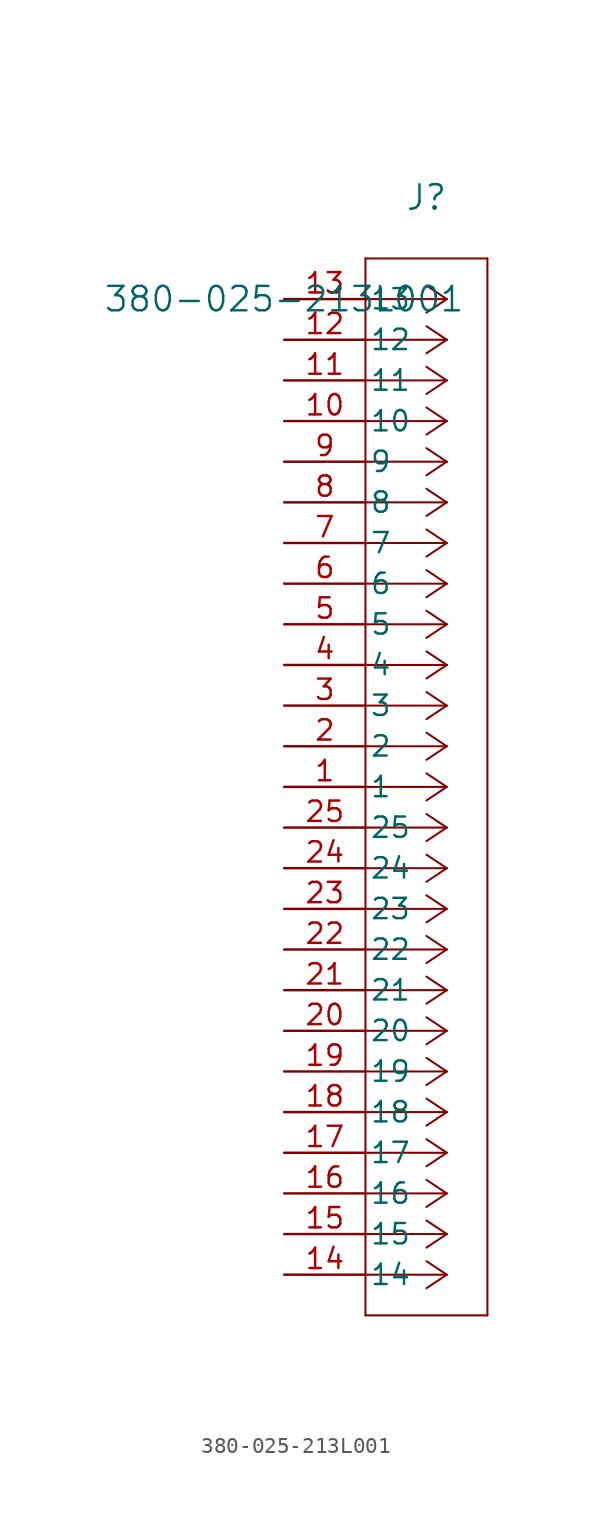
<source format=kicad_sym>
(kicad_symbol_lib
  (version 20211014)
  (generator kicad_symbol_editor)
  (symbol "380-025-213L001"
    (pin_names
      (offset 0.254))
    (property "Reference" "J"
      (at 8.89 6.35 0)
      (effects (font (size 1.524 1.524))))
    (property "Value" "380-025-213L001"
      (at 0 0 0)
      (effects (font (size 1.524 1.524))))
    (symbol "380-025-213L001_0_1"
      (polyline (pts (xy 10.16 0) (xy 5.08 0)) (stroke (width 0.127) (type default) (color 0 0 0 0)) (fill (type none)))
      (polyline (pts (xy 10.16 -2.54) (xy 5.08 -2.54)) (stroke (width 0.127) (type default) (color 0 0 0 0)) (fill (type none)))
      (polyline (pts (xy 10.16 -5.08) (xy 5.08 -5.08)) (stroke (width 0.127) (type default) (color 0 0 0 0)) (fill (type none)))
      (polyline (pts (xy 10.16 -7.62) (xy 5.08 -7.62)) (stroke (width 0.127) (type default) (color 0 0 0 0)) (fill (type none)))
      (polyline (pts (xy 10.16 -10.16) (xy 5.08 -10.16)) (stroke (width 0.127) (type default) (color 0 0 0 0)) (fill (type none)))
      (polyline (pts (xy 10.16 -12.7) (xy 5.08 -12.7)) (stroke (width 0.127) (type default) (color 0 0 0 0)) (fill (type none)))
      (polyline (pts (xy 10.16 -15.24) (xy 5.08 -15.24)) (stroke (width 0.127) (type default) (color 0 0 0 0)) (fill (type none)))
      (polyline (pts (xy 10.16 -17.78) (xy 5.08 -17.78)) (stroke (width 0.127) (type default) (color 0 0 0 0)) (fill (type none)))
      (polyline (pts (xy 10.16 -20.32) (xy 5.08 -20.32)) (stroke (width 0.127) (type default) (color 0 0 0 0)) (fill (type none)))
      (polyline (pts (xy 10.16 -22.86) (xy 5.08 -22.86)) (stroke (width 0.127) (type default) (color 0 0 0 0)) (fill (type none)))
      (polyline (pts (xy 10.16 -25.4) (xy 5.08 -25.4)) (stroke (width 0.127) (type default) (color 0 0 0 0)) (fill (type none)))
      (polyline (pts (xy 10.16 -27.94) (xy 5.08 -27.94)) (stroke (width 0.127) (type default) (color 0 0 0 0)) (fill (type none)))
      (polyline (pts (xy 10.16 -30.48) (xy 5.08 -30.48)) (stroke (width 0.127) (type default) (color 0 0 0 0)) (fill (type none)))
      (polyline (pts (xy 10.16 -33.02) (xy 5.08 -33.02)) (stroke (width 0.127) (type default) (color 0 0 0 0)) (fill (type none)))
      (polyline (pts (xy 10.16 -35.56) (xy 5.08 -35.56)) (stroke (width 0.127) (type default) (color 0 0 0 0)) (fill (type none)))
      (polyline (pts (xy 10.16 -38.1) (xy 5.08 -38.1)) (stroke (width 0.127) (type default) (color 0 0 0 0)) (fill (type none)))
      (polyline (pts (xy 10.16 -40.64) (xy 5.08 -40.64)) (stroke (width 0.127) (type default) (color 0 0 0 0)) (fill (type none)))
      (polyline (pts (xy 10.16 -43.18) (xy 5.08 -43.18)) (stroke (width 0.127) (type default) (color 0 0 0 0)) (fill (type none)))
      (polyline (pts (xy 10.16 -45.72) (xy 5.08 -45.72)) (stroke (width 0.127) (type default) (color 0 0 0 0)) (fill (type none)))
      (polyline (pts (xy 10.16 -48.26) (xy 5.08 -48.26)) (stroke (width 0.127) (type default) (color 0 0 0 0)) (fill (type none)))
      (polyline (pts (xy 10.16 -50.8) (xy 5.08 -50.8)) (stroke (width 0.127) (type default) (color 0 0 0 0)) (fill (type none)))
      (polyline (pts (xy 10.16 -53.34) (xy 5.08 -53.34)) (stroke (width 0.127) (type default) (color 0 0 0 0)) (fill (type none)))
      (polyline (pts (xy 10.16 -55.88) (xy 5.08 -55.88)) (stroke (width 0.127) (type default) (color 0 0 0 0)) (fill (type none)))
      (polyline (pts (xy 10.16 -58.42) (xy 5.08 -58.42)) (stroke (width 0.127) (type default) (color 0 0 0 0)) (fill (type none)))
      (polyline (pts (xy 10.16 -60.96) (xy 5.08 -60.96)) (stroke (width 0.127) (type default) (color 0 0 0 0)) (fill (type none)))
      (polyline (pts (xy 10.16 0) (xy 8.89 0.847)) (stroke (width 0.127) (type default) (color 0 0 0 0)) (fill (type none)))
      (polyline (pts (xy 10.16 -2.54) (xy 8.89 -1.693)) (stroke (width 0.127) (type default) (color 0 0 0 0)) (fill (type none)))
      (polyline (pts (xy 10.16 -5.08) (xy 8.89 -4.233)) (stroke (width 0.127) (type default) (color 0 0 0 0)) (fill (type none)))
      (polyline (pts (xy 10.16 -7.62) (xy 8.89 -6.773)) (stroke (width 0.127) (type default) (color 0 0 0 0)) (fill (type none)))
      (polyline (pts (xy 10.16 -10.16) (xy 8.89 -9.313)) (stroke (width 0.127) (type default) (color 0 0 0 0)) (fill (type none)))
      (polyline (pts (xy 10.16 -12.7) (xy 8.89 -11.853)) (stroke (width 0.127) (type default) (color 0 0 0 0)) (fill (type none)))
      (polyline (pts (xy 10.16 -15.24) (xy 8.89 -14.393)) (stroke (width 0.127) (type default) (color 0 0 0 0)) (fill (type none)))
      (polyline (pts (xy 10.16 -17.78) (xy 8.89 -16.933)) (stroke (width 0.127) (type default) (color 0 0 0 0)) (fill (type none)))
      (polyline (pts (xy 10.16 -20.32) (xy 8.89 -19.473)) (stroke (width 0.127) (type default) (color 0 0 0 0)) (fill (type none)))
      (polyline (pts (xy 10.16 -22.86) (xy 8.89 -22.013)) (stroke (width 0.127) (type default) (color 0 0 0 0)) (fill (type none)))
      (polyline (pts (xy 10.16 -25.4) (xy 8.89 -24.553)) (stroke (width 0.127) (type default) (color 0 0 0 0)) (fill (type none)))
      (polyline (pts (xy 10.16 -27.94) (xy 8.89 -27.093)) (stroke (width 0.127) (type default) (color 0 0 0 0)) (fill (type none)))
      (polyline (pts (xy 10.16 -30.48) (xy 8.89 -29.633)) (stroke (width 0.127) (type default) (color 0 0 0 0)) (fill (type none)))
      (polyline (pts (xy 10.16 -33.02) (xy 8.89 -32.173)) (stroke (width 0.127) (type default) (color 0 0 0 0)) (fill (type none)))
      (polyline (pts (xy 10.16 -35.56) (xy 8.89 -34.713)) (stroke (width 0.127) (type default) (color 0 0 0 0)) (fill (type none)))
      (polyline (pts (xy 10.16 -38.1) (xy 8.89 -37.253)) (stroke (width 0.127) (type default) (color 0 0 0 0)) (fill (type none)))
      (polyline (pts (xy 10.16 -40.64) (xy 8.89 -39.793)) (stroke (width 0.127) (type default) (color 0 0 0 0)) (fill (type none)))
      (polyline (pts (xy 10.16 -43.18) (xy 8.89 -42.333)) (stroke (width 0.127) (type default) (color 0 0 0 0)) (fill (type none)))
      (polyline (pts (xy 10.16 -45.72) (xy 8.89 -44.873)) (stroke (width 0.127) (type default) (color 0 0 0 0)) (fill (type none)))
      (polyline (pts (xy 10.16 -48.26) (xy 8.89 -47.413)) (stroke (width 0.127) (type default) (color 0 0 0 0)) (fill (type none)))
      (polyline (pts (xy 10.16 -50.8) (xy 8.89 -49.953)) (stroke (width 0.127) (type default) (color 0 0 0 0)) (fill (type none)))
      (polyline (pts (xy 10.16 -53.34) (xy 8.89 -52.493)) (stroke (width 0.127) (type default) (color 0 0 0 0)) (fill (type none)))
      (polyline (pts (xy 10.16 -55.88) (xy 8.89 -55.033)) (stroke (width 0.127) (type default) (color 0 0 0 0)) (fill (type none)))
      (polyline (pts (xy 10.16 -58.42) (xy 8.89 -57.573)) (stroke (width 0.127) (type default) (color 0 0 0 0)) (fill (type none)))
      (polyline (pts (xy 10.16 -60.96) (xy 8.89 -60.113)) (stroke (width 0.127) (type default) (color 0 0 0 0)) (fill (type none)))
      (polyline (pts (xy 10.16 0) (xy 8.89 -0.847)) (stroke (width 0.127) (type default) (color 0 0 0 0)) (fill (type none)))
      (polyline (pts (xy 10.16 -2.54) (xy 8.89 -3.387)) (stroke (width 0.127) (type default) (color 0 0 0 0)) (fill (type none)))
      (polyline (pts (xy 10.16 -5.08) (xy 8.89 -5.927)) (stroke (width 0.127) (type default) (color 0 0 0 0)) (fill (type none)))
      (polyline (pts (xy 10.16 -7.62) (xy 8.89 -8.467)) (stroke (width 0.127) (type default) (color 0 0 0 0)) (fill (type none)))
      (polyline (pts (xy 10.16 -10.16) (xy 8.89 -11.007)) (stroke (width 0.127) (type default) (color 0 0 0 0)) (fill (type none)))
      (polyline (pts (xy 10.16 -12.7) (xy 8.89 -13.547)) (stroke (width 0.127) (type default) (color 0 0 0 0)) (fill (type none)))
      (polyline (pts (xy 10.16 -15.24) (xy 8.89 -16.087)) (stroke (width 0.127) (type default) (color 0 0 0 0)) (fill (type none)))
      (polyline (pts (xy 10.16 -17.78) (xy 8.89 -18.627)) (stroke (width 0.127) (type default) (color 0 0 0 0)) (fill (type none)))
      (polyline (pts (xy 10.16 -20.32) (xy 8.89 -21.167)) (stroke (width 0.127) (type default) (color 0 0 0 0)) (fill (type none)))
      (polyline (pts (xy 10.16 -22.86) (xy 8.89 -23.707)) (stroke (width 0.127) (type default) (color 0 0 0 0)) (fill (type none)))
      (polyline (pts (xy 10.16 -25.4) (xy 8.89 -26.247)) (stroke (width 0.127) (type default) (color 0 0 0 0)) (fill (type none)))
      (polyline (pts (xy 10.16 -27.94) (xy 8.89 -28.787)) (stroke (width 0.127) (type default) (color 0 0 0 0)) (fill (type none)))
      (polyline (pts (xy 10.16 -30.48) (xy 8.89 -31.327)) (stroke (width 0.127) (type default) (color 0 0 0 0)) (fill (type none)))
      (polyline (pts (xy 10.16 -33.02) (xy 8.89 -33.867)) (stroke (width 0.127) (type default) (color 0 0 0 0)) (fill (type none)))
      (polyline (pts (xy 10.16 -35.56) (xy 8.89 -36.407)) (stroke (width 0.127) (type default) (color 0 0 0 0)) (fill (type none)))
      (polyline (pts (xy 10.16 -38.1) (xy 8.89 -38.947)) (stroke (width 0.127) (type default) (color 0 0 0 0)) (fill (type none)))
      (polyline (pts (xy 10.16 -40.64) (xy 8.89 -41.487)) (stroke (width 0.127) (type default) (color 0 0 0 0)) (fill (type none)))
      (polyline (pts (xy 10.16 -43.18) (xy 8.89 -44.027)) (stroke (width 0.127) (type default) (color 0 0 0 0)) (fill (type none)))
      (polyline (pts (xy 10.16 -45.72) (xy 8.89 -46.567)) (stroke (width 0.127) (type default) (color 0 0 0 0)) (fill (type none)))
      (polyline (pts (xy 10.16 -48.26) (xy 8.89 -49.107)) (stroke (width 0.127) (type default) (color 0 0 0 0)) (fill (type none)))
      (polyline (pts (xy 10.16 -50.8) (xy 8.89 -51.647)) (stroke (width 0.127) (type default) (color 0 0 0 0)) (fill (type none)))
      (polyline (pts (xy 10.16 -53.34) (xy 8.89 -54.187)) (stroke (width 0.127) (type default) (color 0 0 0 0)) (fill (type none)))
      (polyline (pts (xy 10.16 -55.88) (xy 8.89 -56.727)) (stroke (width 0.127) (type default) (color 0 0 0 0)) (fill (type none)))
      (polyline (pts (xy 10.16 -58.42) (xy 8.89 -59.267)) (stroke (width 0.127) (type default) (color 0 0 0 0)) (fill (type none)))
      (polyline (pts (xy 10.16 -60.96) (xy 8.89 -61.807)) (stroke (width 0.127) (type default) (color 0 0 0 0)) (fill (type none)))
      (polyline (pts (xy 5.08 2.54) (xy 5.08 -63.5)) (stroke (width 0.127) (type default) (color 0 0 0 0)) (fill (type none)))
      (polyline (pts (xy 5.08 -63.5) (xy 12.7 -63.5)) (stroke (width 0.127) (type default) (color 0 0 0 0)) (fill (type none)))
      (polyline (pts (xy 12.7 -63.5) (xy 12.7 2.54)) (stroke (width 0.127) (type default) (color 0 0 0 0)) (fill (type none)))
      (polyline (pts (xy 12.7 2.54) (xy 5.08 2.54)) (stroke (width 0.127) (type default) (color 0 0 0 0)) (fill (type none)))
      (pin unspecified line (at 0 0 0) (length 5.08) (name "13" (effects (font (size 1.27 1.27)))) (number "13" (effects (font (size 1.27 1.27)))))
      (pin unspecified line (at 0 -2.54 0) (length 5.08) (name "12" (effects (font (size 1.27 1.27)))) (number "12" (effects (font (size 1.27 1.27)))))
      (pin unspecified line (at 0 -5.08 0) (length 5.08) (name "11" (effects (font (size 1.27 1.27)))) (number "11" (effects (font (size 1.27 1.27)))))
      (pin unspecified line (at 0 -7.62 0) (length 5.08) (name "10" (effects (font (size 1.27 1.27)))) (number "10" (effects (font (size 1.27 1.27)))))
      (pin unspecified line (at 0 -10.16 0) (length 5.08) (name "9" (effects (font (size 1.27 1.27)))) (number "9" (effects (font (size 1.27 1.27)))))
      (pin unspecified line (at 0 -12.7 0) (length 5.08) (name "8" (effects (font (size 1.27 1.27)))) (number "8" (effects (font (size 1.27 1.27)))))
      (pin unspecified line (at 0 -15.24 0) (length 5.08) (name "7" (effects (font (size 1.27 1.27)))) (number "7" (effects (font (size 1.27 1.27)))))
      (pin unspecified line (at 0 -17.78 0) (length 5.08) (name "6" (effects (font (size 1.27 1.27)))) (number "6" (effects (font (size 1.27 1.27)))))
      (pin unspecified line (at 0 -20.32 0) (length 5.08) (name "5" (effects (font (size 1.27 1.27)))) (number "5" (effects (font (size 1.27 1.27)))))
      (pin unspecified line (at 0 -22.86 0) (length 5.08) (name "4" (effects (font (size 1.27 1.27)))) (number "4" (effects (font (size 1.27 1.27)))))
      (pin unspecified line (at 0 -25.4 0) (length 5.08) (name "3" (effects (font (size 1.27 1.27)))) (number "3" (effects (font (size 1.27 1.27)))))
      (pin unspecified line (at 0 -27.94 0) (length 5.08) (name "2" (effects (font (size 1.27 1.27)))) (number "2" (effects (font (size 1.27 1.27)))))
      (pin unspecified line (at 0 -30.48 0) (length 5.08) (name "1" (effects (font (size 1.27 1.27)))) (number "1" (effects (font (size 1.27 1.27)))))
      (pin unspecified line (at 0 -33.02 0) (length 5.08) (name "25" (effects (font (size 1.27 1.27)))) (number "25" (effects (font (size 1.27 1.27)))))
      (pin unspecified line (at 0 -35.56 0) (length 5.08) (name "24" (effects (font (size 1.27 1.27)))) (number "24" (effects (font (size 1.27 1.27)))))
      (pin unspecified line (at 0 -38.1 0) (length 5.08) (name "23" (effects (font (size 1.27 1.27)))) (number "23" (effects (font (size 1.27 1.27)))))
      (pin unspecified line (at 0 -40.64 0) (length 5.08) (name "22" (effects (font (size 1.27 1.27)))) (number "22" (effects (font (size 1.27 1.27)))))
      (pin unspecified line (at 0 -43.18 0) (length 5.08) (name "21" (effects (font (size 1.27 1.27)))) (number "21" (effects (font (size 1.27 1.27)))))
      (pin unspecified line (at 0 -45.72 0) (length 5.08) (name "20" (effects (font (size 1.27 1.27)))) (number "20" (effects (font (size 1.27 1.27)))))
      (pin unspecified line (at 0 -48.26 0) (length 5.08) (name "19" (effects (font (size 1.27 1.27)))) (number "19" (effects (font (size 1.27 1.27)))))
      (pin unspecified line (at 0 -50.8 0) (length 5.08) (name "18" (effects (font (size 1.27 1.27)))) (number "18" (effects (font (size 1.27 1.27)))))
      (pin unspecified line (at 0 -53.34 0) (length 5.08) (name "17" (effects (font (size 1.27 1.27)))) (number "17" (effects (font (size 1.27 1.27)))))
      (pin unspecified line (at 0 -55.88 0) (length 5.08) (name "16" (effects (font (size 1.27 1.27)))) (number "16" (effects (font (size 1.27 1.27)))))
      (pin unspecified line (at 0 -58.42 0) (length 5.08) (name "15" (effects (font (size 1.27 1.27)))) (number "15" (effects (font (size 1.27 1.27)))))
      (pin unspecified line (at 0 -60.96 0) (length 5.08) (name "14" (effects (font (size 1.27 1.27)))) (number "14" (effects (font (size 1.27 1.27))))))))
</source>
